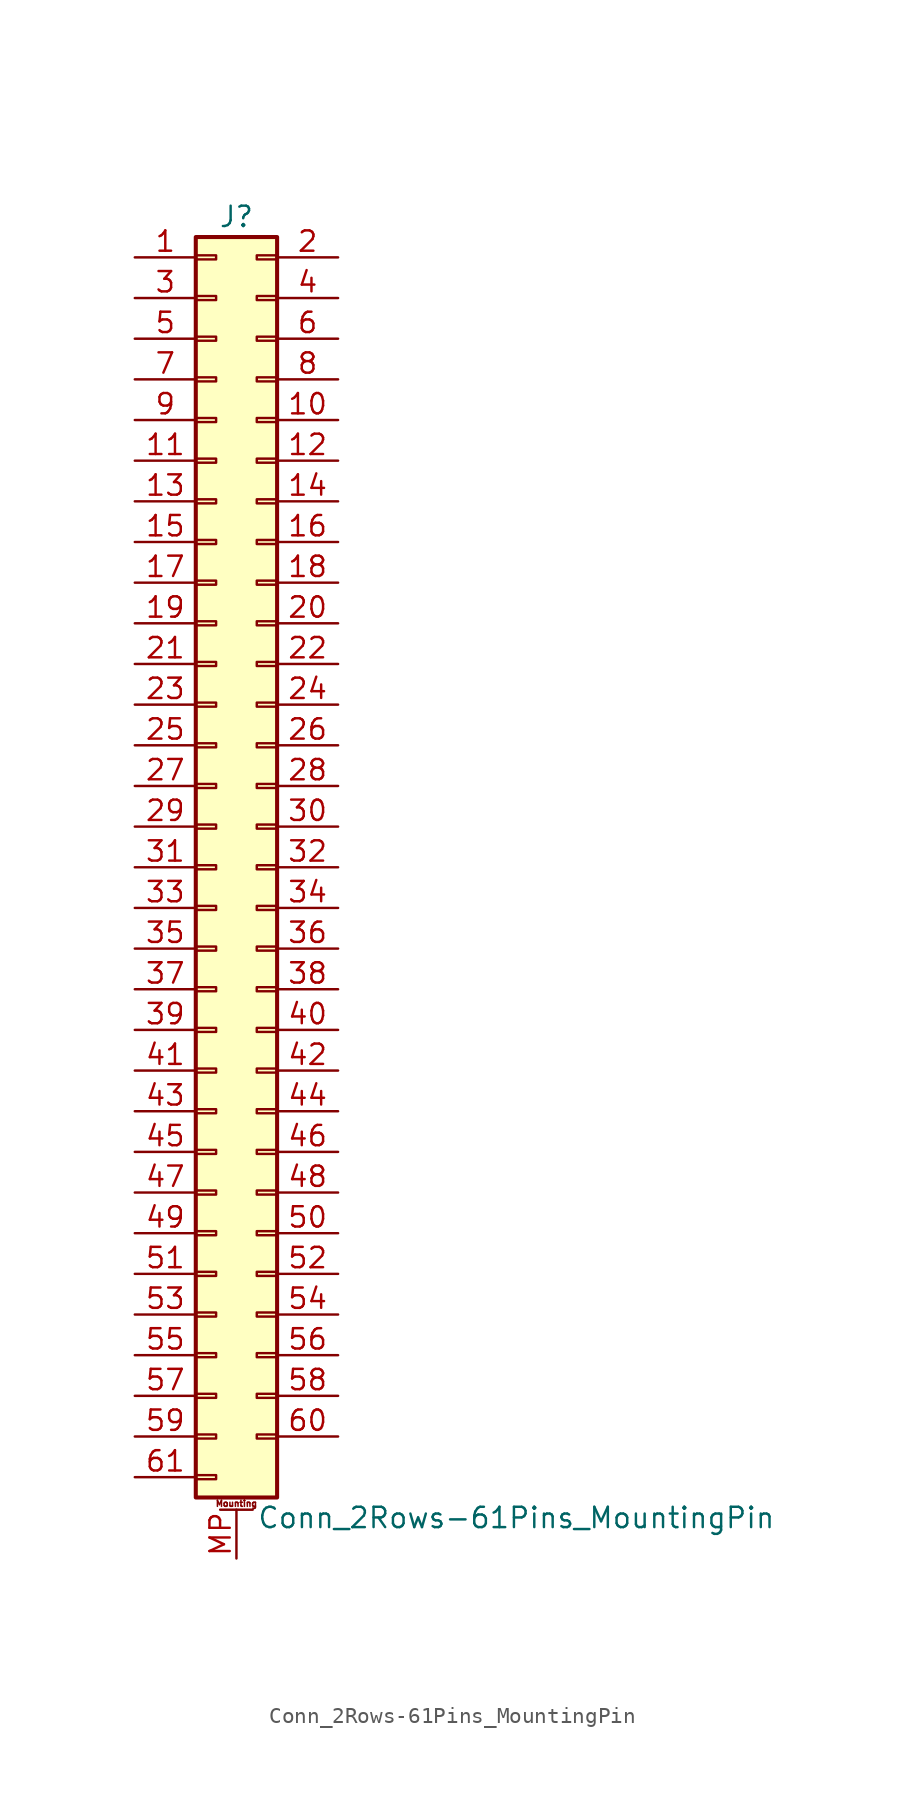
<source format=kicad_sym>
(kicad_symbol_lib
  (version 20211014)
  (generator kicad_symbol_editor)
  (symbol "Conn_2Rows-61Pins_MountingPin"
    (pin_names
      (offset 1.016) hide)
    (property "Reference" "J"
      (at 1.27 40.64 0)
      (effects (font (size 1.27 1.27))))
    (property "Value" "Conn_2Rows-61Pins_MountingPin"
      (at 2.54 -40.64 0)
      (effects (font (size 1.27 1.27)) (justify left)))
    (symbol "Conn_2Rows-61Pins_MountingPin_1_1"
      (rectangle (start -1.27 -37.973) (end 0 -38.227) (stroke (width 0.152) (type default) (color 0 0 0 0)) (fill (type none)))
      (rectangle (start -1.27 -35.433) (end 0 -35.687) (stroke (width 0.152) (type default) (color 0 0 0 0)) (fill (type none)))
      (rectangle (start -1.27 -32.893) (end 0 -33.147) (stroke (width 0.152) (type default) (color 0 0 0 0)) (fill (type none)))
      (rectangle (start -1.27 -30.353) (end 0 -30.607) (stroke (width 0.152) (type default) (color 0 0 0 0)) (fill (type none)))
      (rectangle (start -1.27 -27.813) (end 0 -28.067) (stroke (width 0.152) (type default) (color 0 0 0 0)) (fill (type none)))
      (rectangle (start -1.27 -25.273) (end 0 -25.527) (stroke (width 0.152) (type default) (color 0 0 0 0)) (fill (type none)))
      (rectangle (start -1.27 -22.733) (end 0 -22.987) (stroke (width 0.152) (type default) (color 0 0 0 0)) (fill (type none)))
      (rectangle (start -1.27 -20.193) (end 0 -20.447) (stroke (width 0.152) (type default) (color 0 0 0 0)) (fill (type none)))
      (rectangle (start -1.27 -17.653) (end 0 -17.907) (stroke (width 0.152) (type default) (color 0 0 0 0)) (fill (type none)))
      (rectangle (start -1.27 -15.113) (end 0 -15.367) (stroke (width 0.152) (type default) (color 0 0 0 0)) (fill (type none)))
      (rectangle (start -1.27 -12.573) (end 0 -12.827) (stroke (width 0.152) (type default) (color 0 0 0 0)) (fill (type none)))
      (rectangle (start -1.27 -10.033) (end 0 -10.287) (stroke (width 0.152) (type default) (color 0 0 0 0)) (fill (type none)))
      (rectangle (start -1.27 -7.493) (end 0 -7.747) (stroke (width 0.152) (type default) (color 0 0 0 0)) (fill (type none)))
      (rectangle (start -1.27 -4.953) (end 0 -5.207) (stroke (width 0.152) (type default) (color 0 0 0 0)) (fill (type none)))
      (rectangle (start -1.27 -2.413) (end 0 -2.667) (stroke (width 0.152) (type default) (color 0 0 0 0)) (fill (type none)))
      (rectangle (start -1.27 0.127) (end 0 -0.127) (stroke (width 0.152) (type default) (color 0 0 0 0)) (fill (type none)))
      (rectangle (start -1.27 2.667) (end 0 2.413) (stroke (width 0.152) (type default) (color 0 0 0 0)) (fill (type none)))
      (rectangle (start -1.27 5.207) (end 0 4.953) (stroke (width 0.152) (type default) (color 0 0 0 0)) (fill (type none)))
      (rectangle (start -1.27 7.747) (end 0 7.493) (stroke (width 0.152) (type default) (color 0 0 0 0)) (fill (type none)))
      (rectangle (start -1.27 10.287) (end 0 10.033) (stroke (width 0.152) (type default) (color 0 0 0 0)) (fill (type none)))
      (rectangle (start -1.27 12.827) (end 0 12.573) (stroke (width 0.152) (type default) (color 0 0 0 0)) (fill (type none)))
      (rectangle (start -1.27 15.367) (end 0 15.113) (stroke (width 0.152) (type default) (color 0 0 0 0)) (fill (type none)))
      (rectangle (start -1.27 17.907) (end 0 17.653) (stroke (width 0.152) (type default) (color 0 0 0 0)) (fill (type none)))
      (rectangle (start -1.27 20.447) (end 0 20.193) (stroke (width 0.152) (type default) (color 0 0 0 0)) (fill (type none)))
      (rectangle (start -1.27 22.987) (end 0 22.733) (stroke (width 0.152) (type default) (color 0 0 0 0)) (fill (type none)))
      (rectangle (start -1.27 25.527) (end 0 25.273) (stroke (width 0.152) (type default) (color 0 0 0 0)) (fill (type none)))
      (rectangle (start -1.27 28.067) (end 0 27.813) (stroke (width 0.152) (type default) (color 0 0 0 0)) (fill (type none)))
      (rectangle (start -1.27 30.607) (end 0 30.353) (stroke (width 0.152) (type default) (color 0 0 0 0)) (fill (type none)))
      (rectangle (start -1.27 33.147) (end 0 32.893) (stroke (width 0.152) (type default) (color 0 0 0 0)) (fill (type none)))
      (rectangle (start -1.27 35.687) (end 0 35.433) (stroke (width 0.152) (type default) (color 0 0 0 0)) (fill (type none)))
      (rectangle (start -1.27 38.227) (end 0 37.973) (stroke (width 0.152) (type default) (color 0 0 0 0)) (fill (type none)))
      (rectangle (start -1.27 39.37) (end 3.81 -39.37) (stroke (width 0.254) (type default) (color 0 0 0 0)) (fill (type background)))
      (polyline (pts (xy 0.254 -40.132) (xy 2.286 -40.132)) (stroke (width 0.152) (type default) (color 0 0 0 0)) (fill (type none)))
      (rectangle (start 3.81 -35.433) (end 2.54 -35.687) (stroke (width 0.152) (type default) (color 0 0 0 0)) (fill (type none)))
      (rectangle (start 3.81 -32.893) (end 2.54 -33.147) (stroke (width 0.152) (type default) (color 0 0 0 0)) (fill (type none)))
      (rectangle (start 3.81 -30.353) (end 2.54 -30.607) (stroke (width 0.152) (type default) (color 0 0 0 0)) (fill (type none)))
      (rectangle (start 3.81 -27.813) (end 2.54 -28.067) (stroke (width 0.152) (type default) (color 0 0 0 0)) (fill (type none)))
      (rectangle (start 3.81 -25.273) (end 2.54 -25.527) (stroke (width 0.152) (type default) (color 0 0 0 0)) (fill (type none)))
      (rectangle (start 3.81 -22.733) (end 2.54 -22.987) (stroke (width 0.152) (type default) (color 0 0 0 0)) (fill (type none)))
      (rectangle (start 3.81 -20.193) (end 2.54 -20.447) (stroke (width 0.152) (type default) (color 0 0 0 0)) (fill (type none)))
      (rectangle (start 3.81 -17.653) (end 2.54 -17.907) (stroke (width 0.152) (type default) (color 0 0 0 0)) (fill (type none)))
      (rectangle (start 3.81 -15.113) (end 2.54 -15.367) (stroke (width 0.152) (type default) (color 0 0 0 0)) (fill (type none)))
      (rectangle (start 3.81 -12.573) (end 2.54 -12.827) (stroke (width 0.152) (type default) (color 0 0 0 0)) (fill (type none)))
      (rectangle (start 3.81 -10.033) (end 2.54 -10.287) (stroke (width 0.152) (type default) (color 0 0 0 0)) (fill (type none)))
      (rectangle (start 3.81 -7.493) (end 2.54 -7.747) (stroke (width 0.152) (type default) (color 0 0 0 0)) (fill (type none)))
      (rectangle (start 3.81 -4.953) (end 2.54 -5.207) (stroke (width 0.152) (type default) (color 0 0 0 0)) (fill (type none)))
      (rectangle (start 3.81 -2.413) (end 2.54 -2.667) (stroke (width 0.152) (type default) (color 0 0 0 0)) (fill (type none)))
      (rectangle (start 3.81 0.127) (end 2.54 -0.127) (stroke (width 0.152) (type default) (color 0 0 0 0)) (fill (type none)))
      (rectangle (start 3.81 2.667) (end 2.54 2.413) (stroke (width 0.152) (type default) (color 0 0 0 0)) (fill (type none)))
      (rectangle (start 3.81 5.207) (end 2.54 4.953) (stroke (width 0.152) (type default) (color 0 0 0 0)) (fill (type none)))
      (rectangle (start 3.81 7.747) (end 2.54 7.493) (stroke (width 0.152) (type default) (color 0 0 0 0)) (fill (type none)))
      (rectangle (start 3.81 10.287) (end 2.54 10.033) (stroke (width 0.152) (type default) (color 0 0 0 0)) (fill (type none)))
      (rectangle (start 3.81 12.827) (end 2.54 12.573) (stroke (width 0.152) (type default) (color 0 0 0 0)) (fill (type none)))
      (rectangle (start 3.81 15.367) (end 2.54 15.113) (stroke (width 0.152) (type default) (color 0 0 0 0)) (fill (type none)))
      (rectangle (start 3.81 17.907) (end 2.54 17.653) (stroke (width 0.152) (type default) (color 0 0 0 0)) (fill (type none)))
      (rectangle (start 3.81 20.447) (end 2.54 20.193) (stroke (width 0.152) (type default) (color 0 0 0 0)) (fill (type none)))
      (rectangle (start 3.81 22.987) (end 2.54 22.733) (stroke (width 0.152) (type default) (color 0 0 0 0)) (fill (type none)))
      (rectangle (start 3.81 25.527) (end 2.54 25.273) (stroke (width 0.152) (type default) (color 0 0 0 0)) (fill (type none)))
      (rectangle (start 3.81 28.067) (end 2.54 27.813) (stroke (width 0.152) (type default) (color 0 0 0 0)) (fill (type none)))
      (rectangle (start 3.81 30.607) (end 2.54 30.353) (stroke (width 0.152) (type default) (color 0 0 0 0)) (fill (type none)))
      (rectangle (start 3.81 33.147) (end 2.54 32.893) (stroke (width 0.152) (type default) (color 0 0 0 0)) (fill (type none)))
      (rectangle (start 3.81 35.687) (end 2.54 35.433) (stroke (width 0.152) (type default) (color 0 0 0 0)) (fill (type none)))
      (rectangle (start 3.81 38.227) (end 2.54 37.973) (stroke (width 0.152) (type default) (color 0 0 0 0)) (fill (type none)))
      (text "Mounting" (at 1.27 -39.751 0) (effects (font (size 0.381 0.381))))
      (pin passive line (at -5.08 38.1 0) (length 3.81) (name "Pin_1" (effects (font (size 1.27 1.27)))) (number "1" (effects (font (size 1.27 1.27)))))
      (pin passive line (at 7.62 27.94 180) (length 3.81) (name "Pin_10" (effects (font (size 1.27 1.27)))) (number "10" (effects (font (size 1.27 1.27)))))
      (pin passive line (at -5.08 25.4 0) (length 3.81) (name "Pin_11" (effects (font (size 1.27 1.27)))) (number "11" (effects (font (size 1.27 1.27)))))
      (pin passive line (at 7.62 25.4 180) (length 3.81) (name "Pin_12" (effects (font (size 1.27 1.27)))) (number "12" (effects (font (size 1.27 1.27)))))
      (pin passive line (at -5.08 22.86 0) (length 3.81) (name "Pin_13" (effects (font (size 1.27 1.27)))) (number "13" (effects (font (size 1.27 1.27)))))
      (pin passive line (at 7.62 22.86 180) (length 3.81) (name "Pin_14" (effects (font (size 1.27 1.27)))) (number "14" (effects (font (size 1.27 1.27)))))
      (pin passive line (at -5.08 20.32 0) (length 3.81) (name "Pin_15" (effects (font (size 1.27 1.27)))) (number "15" (effects (font (size 1.27 1.27)))))
      (pin passive line (at 7.62 20.32 180) (length 3.81) (name "Pin_16" (effects (font (size 1.27 1.27)))) (number "16" (effects (font (size 1.27 1.27)))))
      (pin passive line (at -5.08 17.78 0) (length 3.81) (name "Pin_17" (effects (font (size 1.27 1.27)))) (number "17" (effects (font (size 1.27 1.27)))))
      (pin passive line (at 7.62 17.78 180) (length 3.81) (name "Pin_18" (effects (font (size 1.27 1.27)))) (number "18" (effects (font (size 1.27 1.27)))))
      (pin passive line (at -5.08 15.24 0) (length 3.81) (name "Pin_19" (effects (font (size 1.27 1.27)))) (number "19" (effects (font (size 1.27 1.27)))))
      (pin passive line (at 7.62 38.1 180) (length 3.81) (name "Pin_2" (effects (font (size 1.27 1.27)))) (number "2" (effects (font (size 1.27 1.27)))))
      (pin passive line (at 7.62 15.24 180) (length 3.81) (name "Pin_20" (effects (font (size 1.27 1.27)))) (number "20" (effects (font (size 1.27 1.27)))))
      (pin passive line (at -5.08 12.7 0) (length 3.81) (name "Pin_21" (effects (font (size 1.27 1.27)))) (number "21" (effects (font (size 1.27 1.27)))))
      (pin passive line (at 7.62 12.7 180) (length 3.81) (name "Pin_22" (effects (font (size 1.27 1.27)))) (number "22" (effects (font (size 1.27 1.27)))))
      (pin passive line (at -5.08 10.16 0) (length 3.81) (name "Pin_23" (effects (font (size 1.27 1.27)))) (number "23" (effects (font (size 1.27 1.27)))))
      (pin passive line (at 7.62 10.16 180) (length 3.81) (name "Pin_24" (effects (font (size 1.27 1.27)))) (number "24" (effects (font (size 1.27 1.27)))))
      (pin passive line (at -5.08 7.62 0) (length 3.81) (name "Pin_25" (effects (font (size 1.27 1.27)))) (number "25" (effects (font (size 1.27 1.27)))))
      (pin passive line (at 7.62 7.62 180) (length 3.81) (name "Pin_26" (effects (font (size 1.27 1.27)))) (number "26" (effects (font (size 1.27 1.27)))))
      (pin passive line (at -5.08 5.08 0) (length 3.81) (name "Pin_27" (effects (font (size 1.27 1.27)))) (number "27" (effects (font (size 1.27 1.27)))))
      (pin passive line (at 7.62 5.08 180) (length 3.81) (name "Pin_28" (effects (font (size 1.27 1.27)))) (number "28" (effects (font (size 1.27 1.27)))))
      (pin passive line (at -5.08 2.54 0) (length 3.81) (name "Pin_29" (effects (font (size 1.27 1.27)))) (number "29" (effects (font (size 1.27 1.27)))))
      (pin passive line (at -5.08 35.56 0) (length 3.81) (name "Pin_3" (effects (font (size 1.27 1.27)))) (number "3" (effects (font (size 1.27 1.27)))))
      (pin passive line (at 7.62 2.54 180) (length 3.81) (name "Pin_30" (effects (font (size 1.27 1.27)))) (number "30" (effects (font (size 1.27 1.27)))))
      (pin passive line (at -5.08 0 0) (length 3.81) (name "Pin_31" (effects (font (size 1.27 1.27)))) (number "31" (effects (font (size 1.27 1.27)))))
      (pin passive line (at 7.62 0 180) (length 3.81) (name "Pin_32" (effects (font (size 1.27 1.27)))) (number "32" (effects (font (size 1.27 1.27)))))
      (pin passive line (at -5.08 -2.54 0) (length 3.81) (name "Pin_33" (effects (font (size 1.27 1.27)))) (number "33" (effects (font (size 1.27 1.27)))))
      (pin passive line (at 7.62 -2.54 180) (length 3.81) (name "Pin_34" (effects (font (size 1.27 1.27)))) (number "34" (effects (font (size 1.27 1.27)))))
      (pin passive line (at -5.08 -5.08 0) (length 3.81) (name "Pin_35" (effects (font (size 1.27 1.27)))) (number "35" (effects (font (size 1.27 1.27)))))
      (pin passive line (at 7.62 -5.08 180) (length 3.81) (name "Pin_36" (effects (font (size 1.27 1.27)))) (number "36" (effects (font (size 1.27 1.27)))))
      (pin passive line (at -5.08 -7.62 0) (length 3.81) (name "Pin_37" (effects (font (size 1.27 1.27)))) (number "37" (effects (font (size 1.27 1.27)))))
      (pin passive line (at 7.62 -7.62 180) (length 3.81) (name "Pin_38" (effects (font (size 1.27 1.27)))) (number "38" (effects (font (size 1.27 1.27)))))
      (pin passive line (at -5.08 -10.16 0) (length 3.81) (name "Pin_39" (effects (font (size 1.27 1.27)))) (number "39" (effects (font (size 1.27 1.27)))))
      (pin passive line (at 7.62 35.56 180) (length 3.81) (name "Pin_4" (effects (font (size 1.27 1.27)))) (number "4" (effects (font (size 1.27 1.27)))))
      (pin passive line (at 7.62 -10.16 180) (length 3.81) (name "Pin_40" (effects (font (size 1.27 1.27)))) (number "40" (effects (font (size 1.27 1.27)))))
      (pin passive line (at -5.08 -12.7 0) (length 3.81) (name "Pin_41" (effects (font (size 1.27 1.27)))) (number "41" (effects (font (size 1.27 1.27)))))
      (pin passive line (at 7.62 -12.7 180) (length 3.81) (name "Pin_42" (effects (font (size 1.27 1.27)))) (number "42" (effects (font (size 1.27 1.27)))))
      (pin passive line (at -5.08 -15.24 0) (length 3.81) (name "Pin_43" (effects (font (size 1.27 1.27)))) (number "43" (effects (font (size 1.27 1.27)))))
      (pin passive line (at 7.62 -15.24 180) (length 3.81) (name "Pin_44" (effects (font (size 1.27 1.27)))) (number "44" (effects (font (size 1.27 1.27)))))
      (pin passive line (at -5.08 -17.78 0) (length 3.81) (name "Pin_45" (effects (font (size 1.27 1.27)))) (number "45" (effects (font (size 1.27 1.27)))))
      (pin passive line (at 7.62 -17.78 180) (length 3.81) (name "Pin_46" (effects (font (size 1.27 1.27)))) (number "46" (effects (font (size 1.27 1.27)))))
      (pin passive line (at -5.08 -20.32 0) (length 3.81) (name "Pin_47" (effects (font (size 1.27 1.27)))) (number "47" (effects (font (size 1.27 1.27)))))
      (pin passive line (at 7.62 -20.32 180) (length 3.81) (name "Pin_48" (effects (font (size 1.27 1.27)))) (number "48" (effects (font (size 1.27 1.27)))))
      (pin passive line (at -5.08 -22.86 0) (length 3.81) (name "Pin_49" (effects (font (size 1.27 1.27)))) (number "49" (effects (font (size 1.27 1.27)))))
      (pin passive line (at -5.08 33.02 0) (length 3.81) (name "Pin_5" (effects (font (size 1.27 1.27)))) (number "5" (effects (font (size 1.27 1.27)))))
      (pin passive line (at 7.62 -22.86 180) (length 3.81) (name "Pin_50" (effects (font (size 1.27 1.27)))) (number "50" (effects (font (size 1.27 1.27)))))
      (pin passive line (at -5.08 -25.4 0) (length 3.81) (name "Pin_51" (effects (font (size 1.27 1.27)))) (number "51" (effects (font (size 1.27 1.27)))))
      (pin passive line (at 7.62 -25.4 180) (length 3.81) (name "Pin_52" (effects (font (size 1.27 1.27)))) (number "52" (effects (font (size 1.27 1.27)))))
      (pin passive line (at -5.08 -27.94 0) (length 3.81) (name "Pin_53" (effects (font (size 1.27 1.27)))) (number "53" (effects (font (size 1.27 1.27)))))
      (pin passive line (at 7.62 -27.94 180) (length 3.81) (name "Pin_54" (effects (font (size 1.27 1.27)))) (number "54" (effects (font (size 1.27 1.27)))))
      (pin passive line (at -5.08 -30.48 0) (length 3.81) (name "Pin_55" (effects (font (size 1.27 1.27)))) (number "55" (effects (font (size 1.27 1.27)))))
      (pin passive line (at 7.62 -30.48 180) (length 3.81) (name "Pin_56" (effects (font (size 1.27 1.27)))) (number "56" (effects (font (size 1.27 1.27)))))
      (pin passive line (at -5.08 -33.02 0) (length 3.81) (name "Pin_57" (effects (font (size 1.27 1.27)))) (number "57" (effects (font (size 1.27 1.27)))))
      (pin passive line (at 7.62 -33.02 180) (length 3.81) (name "Pin_58" (effects (font (size 1.27 1.27)))) (number "58" (effects (font (size 1.27 1.27)))))
      (pin passive line (at -5.08 -35.56 0) (length 3.81) (name "Pin_59" (effects (font (size 1.27 1.27)))) (number "59" (effects (font (size 1.27 1.27)))))
      (pin passive line (at 7.62 33.02 180) (length 3.81) (name "Pin_6" (effects (font (size 1.27 1.27)))) (number "6" (effects (font (size 1.27 1.27)))))
      (pin passive line (at 7.62 -35.56 180) (length 3.81) (name "Pin_60" (effects (font (size 1.27 1.27)))) (number "60" (effects (font (size 1.27 1.27)))))
      (pin passive line (at -5.08 -38.1 0) (length 3.81) (name "Pin_61" (effects (font (size 1.27 1.27)))) (number "61" (effects (font (size 1.27 1.27)))))
      (pin passive line (at -5.08 30.48 0) (length 3.81) (name "Pin_7" (effects (font (size 1.27 1.27)))) (number "7" (effects (font (size 1.27 1.27)))))
      (pin passive line (at 7.62 30.48 180) (length 3.81) (name "Pin_8" (effects (font (size 1.27 1.27)))) (number "8" (effects (font (size 1.27 1.27)))))
      (pin passive line (at -5.08 27.94 0) (length 3.81) (name "Pin_9" (effects (font (size 1.27 1.27)))) (number "9" (effects (font (size 1.27 1.27)))))
      (pin passive line (at 1.27 -43.18 90) (length 3.048) (name "MountPin" (effects (font (size 1.27 1.27)))) (number "MP" (effects (font (size 1.27 1.27))))))))
</source>
